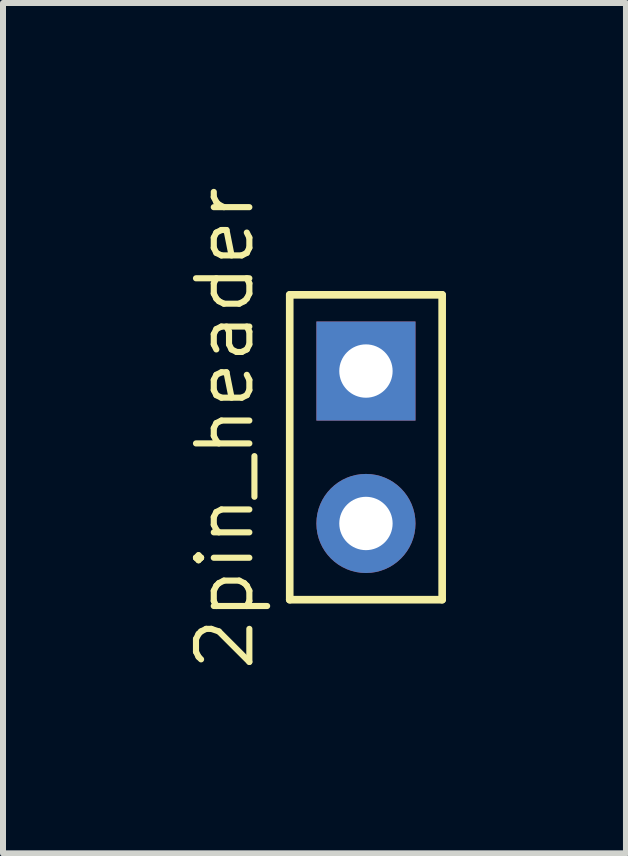
<source format=kicad_pcb>
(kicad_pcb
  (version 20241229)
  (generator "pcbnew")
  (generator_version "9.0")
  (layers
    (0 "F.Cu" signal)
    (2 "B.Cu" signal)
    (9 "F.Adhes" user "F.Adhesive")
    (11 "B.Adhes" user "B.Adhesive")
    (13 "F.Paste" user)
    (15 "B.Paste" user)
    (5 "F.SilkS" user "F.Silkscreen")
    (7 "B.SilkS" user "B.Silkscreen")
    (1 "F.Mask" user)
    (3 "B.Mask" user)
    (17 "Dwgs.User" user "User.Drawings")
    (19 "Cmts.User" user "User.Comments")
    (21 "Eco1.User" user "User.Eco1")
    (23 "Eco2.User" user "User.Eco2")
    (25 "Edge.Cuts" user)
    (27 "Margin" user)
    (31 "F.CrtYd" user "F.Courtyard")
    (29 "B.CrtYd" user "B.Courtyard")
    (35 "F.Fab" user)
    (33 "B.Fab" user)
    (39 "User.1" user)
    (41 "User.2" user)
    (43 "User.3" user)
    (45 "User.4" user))
  (footprint "2pin_header"
    (layer "F.Cu")
    (at 3.048 4.403)
    (property "Reference" "2pin_header" (at -2.349 -0.318 90) (layer "F.SilkS") (effects (font (size 0.889 0.889) (thickness 0.102))))
    (attr exclude_from_pos_files exclude_from_bom)
    (fp_line (start -1.27 -2.54) (end 1.27 -2.54) (stroke (width 0.066) (type solid)) (layer "F.SilkS"))
    (fp_line (start -1.27 -2.54) (end 1.27 -2.54) (stroke (width 0.1) (type solid)) (layer "F.SilkS"))
    (fp_line (start -1.27 -2.54) (end 1.27 -2.54) (stroke (width 0.127) (type solid)) (layer "F.SilkS"))
    (fp_line (start -1.27 2.54) (end -1.27 -2.54) (stroke (width 0.066) (type solid)) (layer "F.SilkS"))
    (fp_line (start -1.27 2.54) (end -1.27 -2.54) (stroke (width 0.1) (type solid)) (layer "F.SilkS"))
    (fp_line (start -1.27 2.54) (end -1.27 -2.54) (stroke (width 0.127) (type solid)) (layer "F.SilkS"))
    (fp_line (start -1.27 2.54) (end 1.27 2.54) (stroke (width 0.066) (type solid)) (layer "F.SilkS"))
    (fp_line (start 1.27 -2.54) (end 1.27 2.54) (stroke (width 0.1) (type solid)) (layer "F.SilkS"))
    (fp_line (start 1.27 -2.54) (end 1.27 2.54) (stroke (width 0.127) (type solid)) (layer "F.SilkS"))
    (fp_line (start 1.27 2.54) (end -1.27 2.54) (stroke (width 0.127) (type solid)) (layer "F.SilkS"))
    (fp_line (start 1.27 2.54) (end 1.27 -2.54) (stroke (width 0.066) (type solid)) (layer "F.SilkS"))
    (pad "1" thru_hole rect (at 0 -1.27) (size 1.651 1.651) (drill 0.889) (layers "*.Cu" "*.Paste" "*.Mask"))
    (pad "2" thru_hole circle (at 0 1.27) (size 1.651 1.651) (drill 0.889) (layers "*.Cu" "*.Paste" "*.Mask")))
  (gr_rect
    (start -3 -3)
    (end 7.381 11.17)
    (stroke (width 0.1) (type default))
    (fill no)
    (layer "Edge.Cuts")))
</source>
